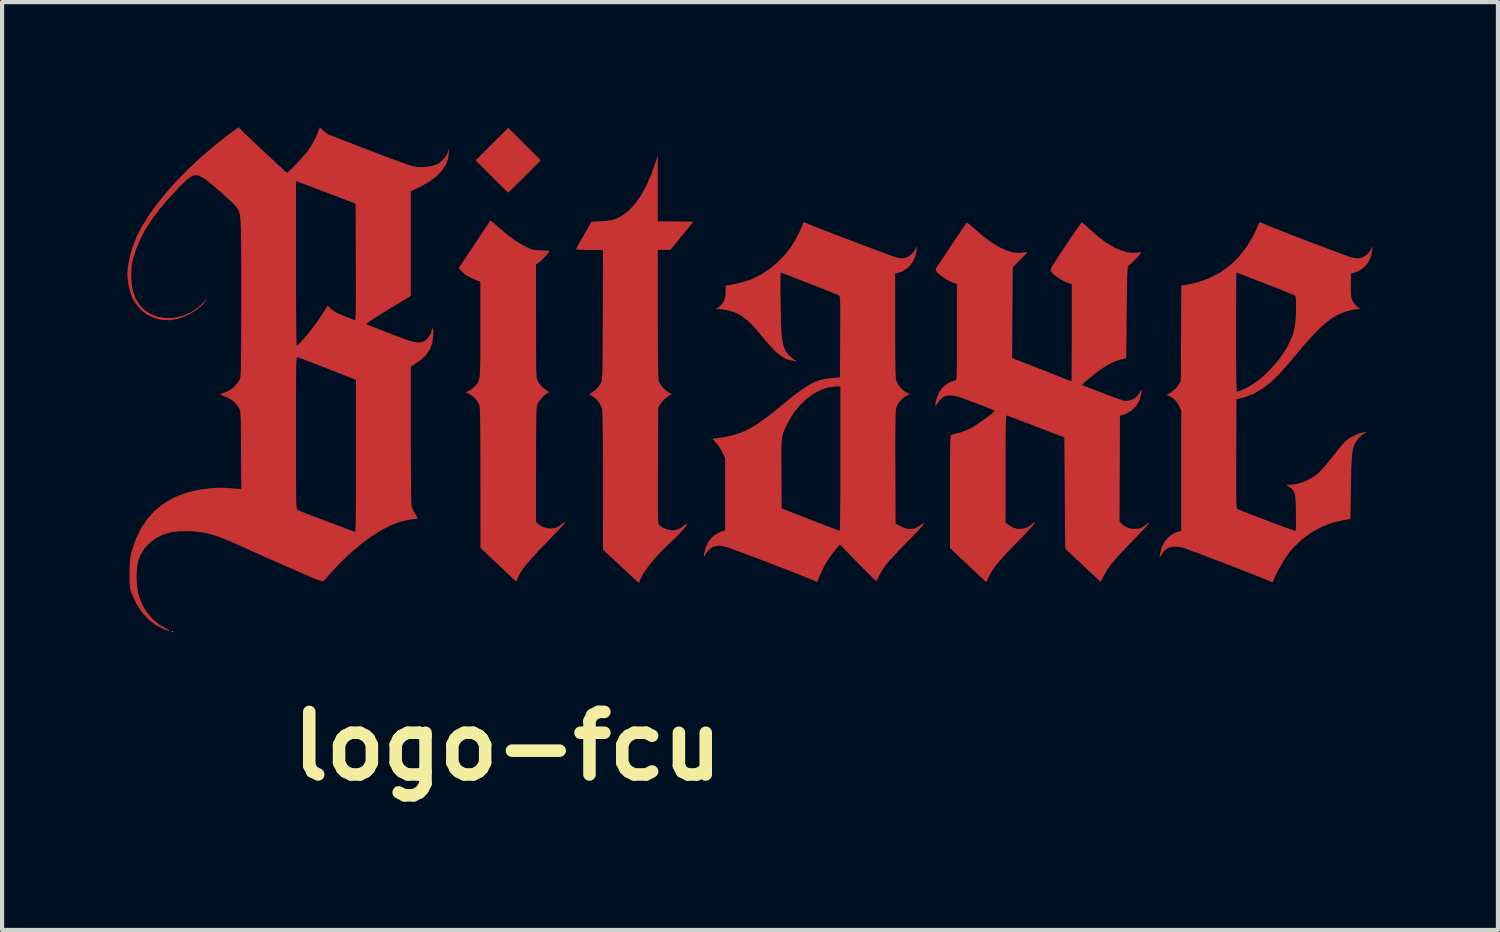
<source format=kicad_pcb>
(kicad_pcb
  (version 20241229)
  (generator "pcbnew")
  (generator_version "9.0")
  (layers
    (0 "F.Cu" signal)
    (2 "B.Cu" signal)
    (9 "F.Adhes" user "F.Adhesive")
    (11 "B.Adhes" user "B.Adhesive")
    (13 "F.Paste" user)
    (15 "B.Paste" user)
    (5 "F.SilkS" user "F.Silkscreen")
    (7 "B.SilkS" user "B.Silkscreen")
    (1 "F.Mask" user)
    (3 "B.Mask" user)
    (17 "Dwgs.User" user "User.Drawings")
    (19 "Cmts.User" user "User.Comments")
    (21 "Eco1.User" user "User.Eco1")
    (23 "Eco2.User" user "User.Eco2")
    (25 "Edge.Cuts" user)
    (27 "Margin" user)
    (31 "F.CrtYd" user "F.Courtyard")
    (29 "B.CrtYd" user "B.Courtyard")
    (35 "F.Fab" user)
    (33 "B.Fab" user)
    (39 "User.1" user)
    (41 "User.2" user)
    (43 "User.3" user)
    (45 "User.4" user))
  (footprint "logo-fcu"
    (layer "F.Cu")
    (at 14.44 6.419)
    (property "Reference" "logo-fcu" (at -5.33 8.41 0) (layer "F.SilkS") (effects (font (size 1.5 1.5) (thickness 0.3))))
    (attr board_only exclude_from_pos_files exclude_from_bom)
    (fp_poly (pts (xy -4.923 -6.017) (xy -4.532 -5.626) (xy -4.917 -5.241) (xy -5.021 -5.137) (xy -5.115 -5.044) (xy -5.195 -4.966) (xy -5.258 -4.906) (xy -5.298 -4.867) (xy -5.313 -4.855) (xy -5.33 -4.869) (xy -5.373 -4.909) (xy -5.437 -4.971) (xy -5.518 -5.05) (xy -5.612 -5.144) (xy -5.709 -5.241) (xy -6.094 -5.626) (xy -5.704 -6.017) (xy -5.313 -6.407)) (stroke (width 0) (type solid)) (fill yes) (layer "F.Cu"))
    (fp_poly (pts (xy -1.73 -4.954) (xy -1.729 -4.168) (xy -1.304 -4.163) (xy -0.878 -4.157) (xy -1.151 -3.818) (xy -1.425 -3.48) (xy -1.577 -3.48) (xy -1.729 -3.48) (xy -1.729 -1.953) (xy -1.729 -1.612) (xy -1.728 -1.31) (xy -1.726 -1.049) (xy -1.724 -0.829) (xy -1.721 -0.649) (xy -1.718 -0.511) (xy -1.714 -0.414) (xy -1.709 -0.358) (xy -1.707 -0.348) (xy -1.67 -0.267) (xy -1.606 -0.183) (xy -1.529 -0.108) (xy -1.464 -0.065) (xy -1.393 -0.029) (xy -1.497 0.035) (xy -1.602 0.124) (xy -1.66 0.201) (xy -1.719 0.302) (xy -1.725 1.685) (xy -1.726 1.96) (xy -1.727 2.196) (xy -1.727 2.396) (xy -1.727 2.564) (xy -1.726 2.702) (xy -1.725 2.814) (xy -1.724 2.902) (xy -1.721 2.97) (xy -1.718 3.02) (xy -1.714 3.056) (xy -1.709 3.081) (xy -1.702 3.097) (xy -1.695 3.108) (xy -1.694 3.11) (xy -1.614 3.172) (xy -1.511 3.216) (xy -1.401 3.235) (xy -1.385 3.236) (xy -1.306 3.23) (xy -1.238 3.211) (xy -1.168 3.172) (xy -1.099 3.121) (xy -1.048 3.084) (xy -1.024 3.075) (xy -1.022 3.088) (xy -1.042 3.121) (xy -1.079 3.171) (xy -1.131 3.233) (xy -1.196 3.304) (xy -1.271 3.382) (xy -1.352 3.461) (xy -1.406 3.511) (xy -1.559 3.655) (xy -1.703 3.805) (xy -1.836 3.954) (xy -1.952 4.098) (xy -2.047 4.23) (xy -2.116 4.346) (xy -2.146 4.412) (xy -2.18 4.503) (xy -2.611 4.102) (xy -3.042 3.701) (xy -3.043 2.064) (xy -3.043 1.755) (xy -3.044 1.47) (xy -3.045 1.213) (xy -3.047 0.985) (xy -3.049 0.787) (xy -3.052 0.623) (xy -3.055 0.494) (xy -3.059 0.401) (xy -3.062 0.348) (xy -3.064 0.338) (xy -3.111 0.214) (xy -3.188 0.107) (xy -3.286 0.028) (xy -3.377 -0.026) (xy -3.319 -0.056) (xy -3.218 -0.128) (xy -3.13 -0.228) (xy -3.098 -0.281) (xy -3.089 -0.297) (xy -3.082 -0.315) (xy -3.076 -0.335) (xy -3.07 -0.363) (xy -3.066 -0.4) (xy -3.062 -0.45) (xy -3.059 -0.516) (xy -3.056 -0.6) (xy -3.054 -0.705) (xy -3.052 -0.835) (xy -3.051 -0.992) (xy -3.05 -1.179) (xy -3.049 -1.4) (xy -3.048 -1.656) (xy -3.047 -1.922) (xy -3.041 -3.48) (xy -3.365 -3.48) (xy -3.475 -3.481) (xy -3.57 -3.483) (xy -3.641 -3.487) (xy -3.681 -3.493) (xy -3.688 -3.496) (xy -3.678 -3.518) (xy -3.651 -3.571) (xy -3.609 -3.647) (xy -3.556 -3.741) (xy -3.502 -3.834) (xy -3.317 -4.157) (xy -3.08 -4.17) (xy -2.968 -4.178) (xy -2.865 -4.191) (xy -2.785 -4.207) (xy -2.755 -4.216) (xy -2.584 -4.302) (xy -2.422 -4.427) (xy -2.27 -4.591) (xy -2.129 -4.792) (xy -1.999 -5.029) (xy -1.881 -5.301) (xy -1.822 -5.468) (xy -1.73 -5.741)) (stroke (width 0) (type solid)) (fill yes) (layer "F.Cu"))
    (fp_poly (pts (xy -5.722 -4.175) (xy -5.68 -4.141) (xy -5.619 -4.089) (xy -5.544 -4.024) (xy -5.518 -4.001) (xy -5.32 -3.835) (xy -5.13 -3.697) (xy -4.953 -3.588) (xy -4.834 -3.529) (xy -4.758 -3.499) (xy -4.69 -3.481) (xy -4.614 -3.473) (xy -4.513 -3.47) (xy -4.508 -3.47) (xy -4.418 -3.469) (xy -4.363 -3.465) (xy -4.337 -3.458) (xy -4.331 -3.446) (xy -4.335 -3.436) (xy -4.368 -3.39) (xy -4.42 -3.329) (xy -4.481 -3.264) (xy -4.54 -3.209) (xy -4.586 -3.172) (xy -4.592 -3.168) (xy -4.647 -3.139) (xy -4.646 -1.783) (xy -4.646 -1.511) (xy -4.646 -1.278) (xy -4.645 -1.08) (xy -4.644 -0.914) (xy -4.643 -0.777) (xy -4.641 -0.666) (xy -4.639 -0.577) (xy -4.636 -0.508) (xy -4.632 -0.456) (xy -4.628 -0.416) (xy -4.622 -0.387) (xy -4.615 -0.364) (xy -4.608 -0.346) (xy -4.607 -0.344) (xy -4.546 -0.249) (xy -4.459 -0.161) (xy -4.365 -0.097) (xy -4.329 -0.075) (xy -4.33 -0.064) (xy -4.341 -0.063) (xy -4.381 -0.047) (xy -4.436 -0.004) (xy -4.496 0.055) (xy -4.553 0.122) (xy -4.598 0.187) (xy -4.624 0.242) (xy -4.629 0.282) (xy -4.634 0.363) (xy -4.638 0.484) (xy -4.641 0.646) (xy -4.643 0.848) (xy -4.645 1.091) (xy -4.646 1.376) (xy -4.646 1.679) (xy -4.647 3.034) (xy -4.585 3.093) (xy -4.504 3.147) (xy -4.401 3.182) (xy -4.293 3.194) (xy -4.237 3.189) (xy -4.181 3.177) (xy -4.136 3.161) (xy -4.091 3.134) (xy -4.03 3.089) (xy -4.013 3.076) (xy -3.963 3.04) (xy -3.943 3.032) (xy -3.951 3.052) (xy -3.988 3.099) (xy -4.053 3.173) (xy -4.146 3.273) (xy -4.266 3.398) (xy -4.412 3.549) (xy -4.416 3.553) (xy -4.593 3.736) (xy -4.74 3.896) (xy -4.859 4.034) (xy -4.952 4.153) (xy -5.022 4.256) (xy -5.07 4.345) (xy -5.087 4.386) (xy -5.107 4.433) (xy -5.122 4.457) (xy -5.125 4.458) (xy -5.142 4.444) (xy -5.186 4.405) (xy -5.252 4.344) (xy -5.336 4.266) (xy -5.434 4.173) (xy -5.543 4.07) (xy -5.557 4.057) (xy -5.978 3.657) (xy -5.979 1.974) (xy -5.979 1.66) (xy -5.98 1.385) (xy -5.981 1.146) (xy -5.982 0.942) (xy -5.983 0.769) (xy -5.985 0.625) (xy -5.987 0.508) (xy -5.99 0.414) (xy -5.993 0.342) (xy -5.997 0.288) (xy -6.002 0.251) (xy -6.007 0.228) (xy -6.009 0.222) (xy -6.067 0.123) (xy -6.151 0.035) (xy -6.244 -0.028) (xy -6.25 -0.031) (xy -6.335 -0.069) (xy -6.256 -0.105) (xy -6.191 -0.144) (xy -6.126 -0.197) (xy -6.111 -0.211) (xy -6.084 -0.24) (xy -6.061 -0.267) (xy -6.041 -0.295) (xy -6.025 -0.328) (xy -6.012 -0.369) (xy -6.002 -0.421) (xy -5.994 -0.489) (xy -5.988 -0.576) (xy -5.985 -0.685) (xy -5.982 -0.819) (xy -5.981 -0.982) (xy -5.98 -1.178) (xy -5.98 -1.41) (xy -5.98 -1.578) (xy -5.98 -2.72) (xy -6.087 -2.758) (xy -6.203 -2.808) (xy -6.313 -2.871) (xy -6.402 -2.938) (xy -6.447 -2.985) (xy -6.497 -3.049) (xy -6.121 -3.613) (xy -6.03 -3.75) (xy -5.947 -3.875) (xy -5.874 -3.984) (xy -5.814 -4.074) (xy -5.77 -4.14) (xy -5.744 -4.177) (xy -5.739 -4.185)) (stroke (width 0) (type solid)) (fill yes) (layer "F.Cu"))
    (fp_poly (pts (xy 12.743 -4.128) (xy 12.767 -4.116) (xy 12.826 -4.091) (xy 12.915 -4.054) (xy 13.031 -4.008) (xy 13.167 -3.954) (xy 13.321 -3.894) (xy 13.487 -3.829) (xy 13.662 -3.762) (xy 13.841 -3.693) (xy 14.019 -3.625) (xy 14.193 -3.559) (xy 14.357 -3.497) (xy 14.508 -3.441) (xy 14.641 -3.391) (xy 14.751 -3.351) (xy 14.835 -3.321) (xy 14.888 -3.304) (xy 14.898 -3.301) (xy 14.985 -3.284) (xy 15.061 -3.279) (xy 15.092 -3.282) (xy 15.199 -3.324) (xy 15.293 -3.397) (xy 15.356 -3.483) (xy 15.402 -3.574) (xy 15.39 -3.46) (xy 15.356 -3.31) (xy 15.288 -3.175) (xy 15.192 -3.063) (xy 15.073 -2.98) (xy 14.988 -2.944) (xy 14.877 -2.91) (xy 14.877 -2.626) (xy 14.878 -2.508) (xy 14.881 -2.423) (xy 14.887 -2.361) (xy 14.897 -2.314) (xy 14.913 -2.272) (xy 14.924 -2.25) (xy 14.968 -2.183) (xy 15.022 -2.125) (xy 15.042 -2.11) (xy 15.113 -2.063) (xy 15.041 -2.063) (xy 14.954 -2.054) (xy 14.844 -2.03) (xy 14.727 -1.994) (xy 14.616 -1.95) (xy 14.609 -1.947) (xy 14.5 -1.891) (xy 14.391 -1.821) (xy 14.278 -1.735) (xy 14.158 -1.628) (xy 14.027 -1.498) (xy 13.882 -1.342) (xy 13.719 -1.156) (xy 13.598 -1.012) (xy 13.502 -0.897) (xy 13.405 -0.784) (xy 13.315 -0.678) (xy 13.237 -0.589) (xy 13.177 -0.522) (xy 13.165 -0.509) (xy 12.965 -0.316) (xy 12.758 -0.157) (xy 12.547 -0.035) (xy 12.336 0.048) (xy 12.286 0.062) (xy 12.137 0.099) (xy 12.132 1.401) (xy 12.131 1.678) (xy 12.131 1.916) (xy 12.131 2.117) (xy 12.131 2.284) (xy 12.133 2.42) (xy 12.135 2.527) (xy 12.138 2.608) (xy 12.141 2.666) (xy 12.146 2.702) (xy 12.151 2.721) (xy 12.153 2.723) (xy 12.179 2.736) (xy 12.238 2.761) (xy 12.325 2.795) (xy 12.434 2.838) (xy 12.56 2.887) (xy 12.697 2.94) (xy 12.84 2.994) (xy 12.984 3.049) (xy 13.122 3.101) (xy 13.249 3.148) (xy 13.36 3.189) (xy 13.449 3.221) (xy 13.511 3.242) (xy 13.54 3.25) (xy 13.541 3.251) (xy 13.55 3.242) (xy 13.557 3.214) (xy 13.561 3.162) (xy 13.563 3.082) (xy 13.563 2.969) (xy 13.561 2.819) (xy 13.561 2.818) (xy 13.558 2.657) (xy 13.553 2.531) (xy 13.545 2.435) (xy 13.532 2.363) (xy 13.513 2.309) (xy 13.487 2.268) (xy 13.451 2.234) (xy 13.405 2.2) (xy 13.403 2.199) (xy 13.326 2.146) (xy 13.42 2.146) (xy 13.581 2.128) (xy 13.75 2.077) (xy 13.916 1.996) (xy 14.069 1.891) (xy 14.109 1.857) (xy 14.162 1.804) (xy 14.232 1.726) (xy 14.312 1.631) (xy 14.396 1.528) (xy 14.45 1.459) (xy 14.53 1.357) (xy 14.607 1.261) (xy 14.677 1.179) (xy 14.732 1.118) (xy 14.76 1.091) (xy 14.856 1.021) (xy 14.971 0.959) (xy 15.089 0.912) (xy 15.19 0.888) (xy 15.238 0.883) (xy 15.257 0.885) (xy 15.253 0.888) (xy 15.163 0.939) (xy 15.076 1.014) (xy 15.01 1.096) (xy 15.008 1.1) (xy 14.981 1.15) (xy 14.957 1.2) (xy 14.939 1.254) (xy 14.924 1.316) (xy 14.912 1.392) (xy 14.902 1.485) (xy 14.895 1.601) (xy 14.889 1.744) (xy 14.885 1.917) (xy 14.881 2.127) (xy 14.88 2.197) (xy 14.867 2.968) (xy 14.707 2.992) (xy 14.439 3.054) (xy 14.179 3.155) (xy 13.931 3.29) (xy 13.703 3.458) (xy 13.498 3.656) (xy 13.42 3.746) (xy 13.366 3.819) (xy 13.304 3.911) (xy 13.24 4.014) (xy 13.178 4.122) (xy 13.121 4.226) (xy 13.073 4.32) (xy 13.039 4.395) (xy 13.024 4.445) (xy 13.023 4.452) (xy 13.008 4.476) (xy 12.974 4.477) (xy 12.949 4.462) (xy 12.926 4.451) (xy 12.868 4.427) (xy 12.78 4.391) (xy 12.667 4.346) (xy 12.532 4.293) (xy 12.38 4.234) (xy 12.216 4.17) (xy 12.043 4.103) (xy 11.867 4.035) (xy 11.692 3.968) (xy 11.522 3.903) (xy 11.361 3.842) (xy 11.214 3.786) (xy 11.085 3.738) (xy 10.98 3.699) (xy 10.901 3.67) (xy 10.854 3.654) (xy 10.852 3.654) (xy 10.735 3.632) (xy 10.622 3.63) (xy 10.519 3.651) (xy 10.435 3.7) (xy 10.363 3.783) (xy 10.332 3.834) (xy 10.292 3.907) (xy 10.304 3.803) (xy 10.342 3.65) (xy 10.411 3.514) (xy 10.508 3.4) (xy 10.626 3.314) (xy 10.757 3.264) (xy 10.814 3.25) (xy 10.814 1.807) (xy 10.814 0.365) (xy 10.765 0.26) (xy 10.689 0.141) (xy 10.588 0.054) (xy 10.525 0.022) (xy 10.46 -0.005) (xy 10.569 -0.07) (xy 10.682 -0.161) (xy 10.741 -0.238) (xy 10.804 -0.34) (xy 10.81 -1.482) (xy 10.81 -1.511) (xy 12.127 -1.511) (xy 12.127 -1.215) (xy 12.128 -0.951) (xy 12.13 -0.719) (xy 12.131 -0.521) (xy 12.134 -0.358) (xy 12.137 -0.231) (xy 12.14 -0.143) (xy 12.144 -0.094) (xy 12.147 -0.083) (xy 12.176 -0.09) (xy 12.23 -0.109) (xy 12.277 -0.127) (xy 12.432 -0.203) (xy 12.597 -0.311) (xy 12.765 -0.444) (xy 12.928 -0.598) (xy 13.08 -0.764) (xy 13.214 -0.938) (xy 13.241 -0.977) (xy 13.35 -1.151) (xy 13.432 -1.312) (xy 13.492 -1.471) (xy 13.532 -1.638) (xy 13.555 -1.823) (xy 13.564 -2.036) (xy 13.564 -2.088) (xy 13.564 -2.204) (xy 13.562 -2.285) (xy 13.557 -2.338) (xy 13.549 -2.37) (xy 13.537 -2.387) (xy 13.528 -2.394) (xy 13.501 -2.405) (xy 13.441 -2.43) (xy 13.355 -2.464) (xy 13.246 -2.508) (xy 13.121 -2.557) (xy 12.985 -2.611) (xy 12.843 -2.666) (xy 12.7 -2.722) (xy 12.563 -2.776) (xy 12.436 -2.825) (xy 12.325 -2.868) (xy 12.235 -2.902) (xy 12.171 -2.926) (xy 12.14 -2.937) (xy 12.137 -2.938) (xy 12.136 -2.918) (xy 12.134 -2.859) (xy 12.132 -2.766) (xy 12.131 -2.641) (xy 12.13 -2.487) (xy 12.129 -2.309) (xy 12.128 -2.11) (xy 12.127 -1.892) (xy 12.127 -1.66) (xy 12.127 -1.511) (xy 10.81 -1.511) (xy 10.815 -2.624) (xy 10.893 -2.636) (xy 11.199 -2.702) (xy 11.481 -2.802) (xy 11.74 -2.936) (xy 11.975 -3.105) (xy 12.186 -3.308) (xy 12.373 -3.545) (xy 12.536 -3.816) (xy 12.561 -3.867) (xy 12.601 -3.949) (xy 12.634 -4.024) (xy 12.655 -4.078) (xy 12.659 -4.091) (xy 12.682 -4.136) (xy 12.717 -4.144)) (stroke (width 0) (type solid)) (fill yes) (layer "F.Cu"))
    (fp_poly (pts (xy 1.815 -4.131) (xy 1.846 -4.117) (xy 1.887 -4.099) (xy 1.962 -4.068) (xy 2.067 -4.026) (xy 2.196 -3.976) (xy 2.346 -3.918) (xy 2.511 -3.854) (xy 2.686 -3.786) (xy 2.867 -3.717) (xy 3.05 -3.648) (xy 3.228 -3.58) (xy 3.399 -3.516) (xy 3.556 -3.456) (xy 3.696 -3.404) (xy 3.813 -3.361) (xy 3.903 -3.329) (xy 3.961 -3.309) (xy 3.976 -3.305) (xy 4.07 -3.285) (xy 4.148 -3.279) (xy 4.174 -3.282) (xy 4.28 -3.324) (xy 4.374 -3.397) (xy 4.437 -3.483) (xy 4.484 -3.574) (xy 4.472 -3.46) (xy 4.437 -3.31) (xy 4.37 -3.175) (xy 4.274 -3.063) (xy 4.154 -2.98) (xy 4.07 -2.944) (xy 3.959 -2.91) (xy 3.959 -1.671) (xy 3.959 -1.379) (xy 3.96 -1.128) (xy 3.962 -0.915) (xy 3.964 -0.738) (xy 3.967 -0.597) (xy 3.971 -0.488) (xy 3.975 -0.411) (xy 3.98 -0.364) (xy 3.983 -0.351) (xy 4.027 -0.26) (xy 4.096 -0.17) (xy 4.178 -0.096) (xy 4.235 -0.062) (xy 4.316 -0.026) (xy 4.219 0.021) (xy 4.12 0.09) (xy 4.038 0.186) (xy 3.984 0.297) (xy 3.98 0.313) (xy 3.975 0.352) (xy 3.971 0.431) (xy 3.968 0.548) (xy 3.966 0.702) (xy 3.964 0.893) (xy 3.963 1.117) (xy 3.963 1.374) (xy 3.964 1.662) (xy 3.964 1.731) (xy 3.969 3.072) (xy 4.068 3.132) (xy 4.168 3.179) (xy 4.277 3.205) (xy 4.377 3.206) (xy 4.403 3.201) (xy 4.447 3.183) (xy 4.509 3.148) (xy 4.562 3.114) (xy 4.616 3.079) (xy 4.646 3.066) (xy 4.651 3.075) (xy 4.629 3.107) (xy 4.582 3.164) (xy 4.506 3.247) (xy 4.403 3.356) (xy 4.27 3.492) (xy 4.231 3.532) (xy 4.121 3.645) (xy 4.015 3.756) (xy 3.918 3.859) (xy 3.836 3.949) (xy 3.775 4.019) (xy 3.743 4.058) (xy 3.681 4.146) (xy 3.622 4.238) (xy 3.573 4.325) (xy 3.537 4.399) (xy 3.521 4.45) (xy 3.521 4.456) (xy 3.507 4.45) (xy 3.467 4.418) (xy 3.406 4.361) (xy 3.325 4.284) (xy 3.229 4.188) (xy 3.12 4.078) (xy 3.076 4.033) (xy 2.633 3.576) (xy 2.513 3.721) (xy 2.381 3.897) (xy 2.265 4.085) (xy 2.174 4.271) (xy 2.151 4.329) (xy 2.12 4.409) (xy 2.098 4.456) (xy 2.081 4.475) (xy 2.065 4.472) (xy 2.051 4.46) (xy 2.028 4.448) (xy 1.969 4.423) (xy 1.881 4.387) (xy 1.766 4.341) (xy 1.631 4.287) (xy 1.478 4.228) (xy 1.313 4.163) (xy 1.139 4.096) (xy 0.962 4.028) (xy 0.785 3.96) (xy 0.613 3.895) (xy 0.451 3.833) (xy 0.302 3.777) (xy 0.172 3.729) (xy 0.064 3.69) (xy -0.016 3.661) (xy -0.066 3.645) (xy -0.067 3.645) (xy -0.149 3.624) (xy -0.223 3.61) (xy -0.271 3.605) (xy -0.382 3.625) (xy -0.48 3.683) (xy -0.563 3.776) (xy -0.59 3.824) (xy -0.612 3.862) (xy -0.622 3.865) (xy -0.624 3.841) (xy -0.619 3.799) (xy -0.603 3.732) (xy -0.583 3.661) (xy -0.518 3.515) (xy -0.423 3.397) (xy -0.299 3.309) (xy -0.24 3.282) (xy -0.115 3.232) (xy -0.115 2.371) (xy -0.115 1.526) (xy 1.232 1.526) (xy 1.233 1.713) (xy 1.234 1.884) (xy 1.24 2.715) (xy 1.927 2.981) (xy 2.087 3.043) (xy 2.235 3.1) (xy 2.366 3.15) (xy 2.475 3.192) (xy 2.559 3.223) (xy 2.612 3.243) (xy 2.631 3.249) (xy 2.633 3.229) (xy 2.635 3.17) (xy 2.637 3.076) (xy 2.639 2.949) (xy 2.641 2.793) (xy 2.643 2.61) (xy 2.644 2.405) (xy 2.645 2.178) (xy 2.646 1.935) (xy 2.646 1.677) (xy 2.646 1.521) (xy 2.646 -0.208) (xy 2.537 -0.208) (xy 2.364 -0.188) (xy 2.187 -0.13) (xy 2.012 -0.039) (xy 1.843 0.083) (xy 1.686 0.232) (xy 1.543 0.404) (xy 1.421 0.596) (xy 1.381 0.672) (xy 1.344 0.747) (xy 1.314 0.811) (xy 1.29 0.87) (xy 1.271 0.927) (xy 1.256 0.989) (xy 1.245 1.059) (xy 1.238 1.143) (xy 1.234 1.246) (xy 1.232 1.372) (xy 1.232 1.526) (xy -0.115 1.526) (xy -0.115 1.511) (xy -0.181 1.371) (xy -0.228 1.285) (xy -0.285 1.198) (xy -0.333 1.139) (xy -0.419 1.045) (xy -0.319 1.032) (xy -0.128 1.003) (xy 0.047 0.966) (xy 0.211 0.916) (xy 0.37 0.851) (xy 0.529 0.768) (xy 0.695 0.665) (xy 0.872 0.538) (xy 1.068 0.385) (xy 1.219 0.26) (xy 1.414 0.099) (xy 1.585 -0.035) (xy 1.736 -0.144) (xy 1.87 -0.231) (xy 1.994 -0.298) (xy 2.111 -0.347) (xy 2.226 -0.382) (xy 2.344 -0.404) (xy 2.448 -0.414) (xy 2.636 -0.427) (xy 2.641 -1.4) (xy 2.642 -1.628) (xy 2.643 -1.817) (xy 2.643 -1.971) (xy 2.643 -2.095) (xy 2.641 -2.191) (xy 2.639 -2.263) (xy 2.636 -2.316) (xy 2.632 -2.351) (xy 2.626 -2.373) (xy 2.619 -2.386) (xy 2.61 -2.393) (xy 2.61 -2.393) (xy 2.581 -2.406) (xy 2.52 -2.431) (xy 2.432 -2.467) (xy 2.322 -2.51) (xy 2.196 -2.56) (xy 2.06 -2.614) (xy 1.917 -2.67) (xy 1.775 -2.725) (xy 1.638 -2.779) (xy 1.511 -2.828) (xy 1.401 -2.87) (xy 1.312 -2.904) (xy 1.25 -2.927) (xy 1.22 -2.938) (xy 1.218 -2.938) (xy 1.215 -2.918) (xy 1.213 -2.861) (xy 1.211 -2.771) (xy 1.211 -2.654) (xy 1.211 -2.514) (xy 1.212 -2.355) (xy 1.215 -2.183) (xy 1.219 -1.956) (xy 1.223 -1.766) (xy 1.229 -1.609) (xy 1.236 -1.48) (xy 1.246 -1.375) (xy 1.258 -1.29) (xy 1.273 -1.219) (xy 1.291 -1.158) (xy 1.314 -1.104) (xy 1.33 -1.07) (xy 1.409 -0.959) (xy 1.517 -0.867) (xy 1.552 -0.845) (xy 1.615 -0.81) (xy 1.521 -0.823) (xy 1.412 -0.846) (xy 1.308 -0.888) (xy 1.204 -0.952) (xy 1.096 -1.042) (xy 0.979 -1.161) (xy 0.849 -1.312) (xy 0.805 -1.366) (xy 0.663 -1.539) (xy 0.536 -1.679) (xy 0.42 -1.79) (xy 0.31 -1.877) (xy 0.2 -1.943) (xy 0.086 -1.993) (xy -0.037 -2.029) (xy -0.045 -2.031) (xy -0.13 -2.048) (xy -0.211 -2.059) (xy -0.258 -2.063) (xy -0.34 -2.063) (xy -0.269 -2.11) (xy -0.185 -2.187) (xy -0.132 -2.285) (xy -0.107 -2.41) (xy -0.105 -2.473) (xy -0.104 -2.624) (xy -0.026 -2.636) (xy 0.13 -2.666) (xy 0.293 -2.707) (xy 0.445 -2.753) (xy 0.547 -2.791) (xy 0.748 -2.892) (xy 0.949 -3.026) (xy 1.14 -3.184) (xy 1.311 -3.358) (xy 1.454 -3.54) (xy 1.462 -3.553) (xy 1.519 -3.644) (xy 1.579 -3.748) (xy 1.637 -3.856) (xy 1.686 -3.956) (xy 1.723 -4.039) (xy 1.741 -4.091) (xy 1.754 -4.131) (xy 1.775 -4.144)) (stroke (width 0) (type solid)) (fill yes) (layer "F.Cu"))
    (fp_poly (pts (xy 8.45 -4.133) (xy 8.493 -4.096) (xy 8.554 -4.04) (xy 8.626 -3.972) (xy 8.637 -3.962) (xy 8.823 -3.798) (xy 9.008 -3.66) (xy 9.19 -3.551) (xy 9.363 -3.471) (xy 9.524 -3.424) (xy 9.634 -3.412) (xy 9.712 -3.413) (xy 9.778 -3.419) (xy 9.811 -3.426) (xy 9.844 -3.434) (xy 9.847 -3.42) (xy 9.835 -3.396) (xy 9.805 -3.354) (xy 9.754 -3.296) (xy 9.694 -3.232) (xy 9.633 -3.172) (xy 9.581 -3.128) (xy 9.557 -3.111) (xy 9.549 -3.105) (xy 9.541 -3.093) (xy 9.535 -3.073) (xy 9.53 -3.041) (xy 9.526 -2.994) (xy 9.522 -2.928) (xy 9.519 -2.841) (xy 9.517 -2.728) (xy 9.514 -2.586) (xy 9.512 -2.412) (xy 9.509 -2.203) (xy 9.507 -1.988) (xy 9.495 -0.885) (xy 9.349 -0.85) (xy 9.25 -0.82) (xy 9.15 -0.778) (xy 9.044 -0.722) (xy 8.928 -0.647) (xy 8.795 -0.55) (xy 8.642 -0.429) (xy 8.521 -0.33) (xy 8.473 -0.287) (xy 8.444 -0.256) (xy 8.439 -0.245) (xy 8.463 -0.234) (xy 8.519 -0.211) (xy 8.602 -0.178) (xy 8.704 -0.139) (xy 8.819 -0.095) (xy 8.941 -0.049) (xy 9.063 -0.003) (xy 9.179 0.04) (xy 9.282 0.077) (xy 9.365 0.107) (xy 9.422 0.127) (xy 9.445 0.134) (xy 9.526 0.136) (xy 9.617 0.114) (xy 9.701 0.073) (xy 9.718 0.06) (xy 9.761 0.016) (xy 9.807 -0.048) (xy 9.826 -0.08) (xy 9.852 -0.126) (xy 9.867 -0.144) (xy 9.869 -0.135) (xy 9.86 -0.089) (xy 9.85 -0.023) (xy 9.847 0.000097) (xy 9.808 0.135) (xy 9.734 0.258) (xy 9.63 0.361) (xy 9.501 0.438) (xy 9.439 0.462) (xy 9.345 0.493) (xy 9.34 1.761) (xy 9.335 3.029) (xy 9.382 3.08) (xy 9.471 3.149) (xy 9.582 3.192) (xy 9.701 3.207) (xy 9.815 3.19) (xy 9.841 3.181) (xy 9.902 3.148) (xy 9.966 3.103) (xy 9.976 3.096) (xy 10.016 3.066) (xy 10.04 3.058) (xy 10.043 3.063) (xy 10.029 3.084) (xy 9.99 3.13) (xy 9.928 3.198) (xy 9.849 3.282) (xy 9.756 3.38) (xy 9.662 3.477) (xy 9.501 3.642) (xy 9.368 3.783) (xy 9.258 3.904) (xy 9.169 4.009) (xy 9.096 4.102) (xy 9.037 4.187) (xy 8.989 4.269) (xy 8.961 4.321) (xy 8.884 4.474) (xy 8.458 4.077) (xy 8.033 3.679) (xy 8.022 2.345) (xy 8.012 1.011) (xy 7.345 0.756) (xy 7.186 0.695) (xy 7.039 0.639) (xy 6.908 0.589) (xy 6.798 0.547) (xy 6.713 0.515) (xy 6.659 0.495) (xy 6.642 0.488) (xy 6.634 0.488) (xy 6.628 0.493) (xy 6.623 0.507) (xy 6.618 0.534) (xy 6.614 0.575) (xy 6.612 0.634) (xy 6.609 0.714) (xy 6.608 0.819) (xy 6.607 0.95) (xy 6.606 1.111) (xy 6.605 1.306) (xy 6.605 1.536) (xy 6.605 1.767) (xy 6.605 3.057) (xy 6.683 3.111) (xy 6.788 3.172) (xy 6.884 3.203) (xy 6.956 3.208) (xy 7.044 3.194) (xy 7.137 3.159) (xy 7.215 3.109) (xy 7.239 3.087) (xy 7.274 3.054) (xy 7.298 3.042) (xy 7.304 3.052) (xy 7.288 3.081) (xy 7.249 3.133) (xy 7.184 3.207) (xy 7.093 3.306) (xy 6.974 3.43) (xy 6.826 3.582) (xy 6.824 3.584) (xy 6.672 3.74) (xy 6.548 3.874) (xy 6.447 3.988) (xy 6.366 4.088) (xy 6.301 4.179) (xy 6.248 4.264) (xy 6.204 4.349) (xy 6.195 4.367) (xy 6.168 4.427) (xy 6.147 4.467) (xy 6.14 4.479) (xy 6.125 4.465) (xy 6.083 4.426) (xy 6.018 4.365) (xy 5.935 4.287) (xy 5.836 4.194) (xy 5.727 4.091) (xy 5.704 4.07) (xy 5.272 3.662) (xy 5.272 2.31) (xy 5.272 2.028) (xy 5.272 1.785) (xy 5.273 1.579) (xy 5.275 1.407) (xy 5.276 1.267) (xy 5.279 1.156) (xy 5.282 1.072) (xy 5.285 1.011) (xy 5.29 0.973) (xy 5.295 0.954) (xy 5.298 0.95) (xy 5.33 0.942) (xy 5.39 0.927) (xy 5.465 0.909) (xy 5.47 0.908) (xy 5.562 0.879) (xy 5.668 0.838) (xy 5.766 0.792) (xy 5.772 0.789) (xy 5.843 0.747) (xy 5.927 0.694) (xy 6.017 0.633) (xy 6.106 0.57) (xy 6.189 0.508) (xy 6.259 0.453) (xy 6.311 0.408) (xy 6.337 0.379) (xy 6.338 0.371) (xy 6.314 0.359) (xy 6.257 0.334) (xy 6.175 0.301) (xy 6.074 0.261) (xy 5.962 0.218) (xy 5.846 0.174) (xy 5.732 0.131) (xy 5.627 0.092) (xy 5.538 0.061) (xy 5.473 0.039) (xy 5.456 0.034) (xy 5.32 0.006) (xy 5.208 0.009) (xy 5.114 0.045) (xy 5.032 0.116) (xy 4.985 0.176) (xy 4.946 0.228) (xy 4.924 0.244) (xy 4.918 0.223) (xy 4.929 0.164) (xy 4.956 0.068) (xy 4.959 0.059) (xy 5.006 -0.056) (xy 5.069 -0.155) (xy 5.077 -0.165) (xy 5.14 -0.224) (xy 5.218 -0.28) (xy 5.301 -0.324) (xy 5.373 -0.35) (xy 5.402 -0.354) (xy 5.41 -0.356) (xy 5.416 -0.364) (xy 5.422 -0.381) (xy 5.426 -0.411) (xy 5.43 -0.456) (xy 5.433 -0.521) (xy 5.435 -0.607) (xy 5.436 -0.719) (xy 5.437 -0.859) (xy 5.438 -1.031) (xy 5.438 -1.238) (xy 5.438 -1.483) (xy 5.438 -1.508) (xy 5.438 -2.661) (xy 5.339 -2.699) (xy 5.245 -2.741) (xy 5.153 -2.794) (xy 5.069 -2.852) (xy 4.999 -2.91) (xy 4.95 -2.964) (xy 4.929 -3.008) (xy 4.932 -3.028) (xy 4.95 -3.057) (xy 4.987 -3.114) (xy 5.04 -3.195) (xy 5.105 -3.293) (xy 5.179 -3.404) (xy 5.258 -3.522) (xy 5.338 -3.643) (xy 5.417 -3.761) (xy 5.491 -3.871) (xy 5.557 -3.969) (xy 5.61 -4.048) (xy 5.648 -4.104) (xy 5.668 -4.132) (xy 5.669 -4.134) (xy 5.69 -4.128) (xy 5.734 -4.097) (xy 5.796 -4.046) (xy 5.87 -3.98) (xy 6.069 -3.806) (xy 6.263 -3.662) (xy 6.451 -3.549) (xy 6.628 -3.468) (xy 6.793 -3.42) (xy 6.943 -3.408) (xy 7.014 -3.416) (xy 7.074 -3.425) (xy 7.114 -3.428) (xy 7.123 -3.427) (xy 7.113 -3.41) (xy 7.077 -3.37) (xy 7.024 -3.313) (xy 6.956 -3.244) (xy 6.954 -3.242) (xy 6.777 -3.065) (xy 6.769 -1.978) (xy 6.762 -0.89) (xy 7.47 -0.612) (xy 7.632 -0.549) (xy 7.781 -0.49) (xy 7.913 -0.439) (xy 8.023 -0.395) (xy 8.108 -0.362) (xy 8.163 -0.341) (xy 8.184 -0.334) (xy 8.184 -0.334) (xy 8.185 -0.354) (xy 8.186 -0.412) (xy 8.186 -0.504) (xy 8.187 -0.627) (xy 8.188 -0.777) (xy 8.188 -0.949) (xy 8.189 -1.141) (xy 8.189 -1.348) (xy 8.189 -1.495) (xy 8.189 -2.657) (xy 8.065 -2.705) (xy 7.974 -2.747) (xy 7.881 -2.802) (xy 7.795 -2.862) (xy 7.728 -2.921) (xy 7.689 -2.968) (xy 7.684 -2.983) (xy 7.684 -3.003) (xy 7.693 -3.03) (xy 7.711 -3.069) (xy 7.742 -3.123) (xy 7.788 -3.197) (xy 7.85 -3.293) (xy 7.931 -3.416) (xy 8.034 -3.57) (xy 8.041 -3.581) (xy 8.132 -3.717) (xy 8.216 -3.842) (xy 8.291 -3.95) (xy 8.352 -4.039) (xy 8.398 -4.103) (xy 8.425 -4.14) (xy 8.431 -4.147)) (stroke (width 0) (type solid)) (fill yes) (layer "F.Cu"))
    (fp_poly (pts (xy -9.752 -6.347) (xy -9.698 -6.301) (xy -9.65 -6.265) (xy -9.634 -6.255) (xy -9.607 -6.243) (xy -9.546 -6.219) (xy -9.453 -6.182) (xy -9.333 -6.135) (xy -9.189 -6.08) (xy -9.026 -6.016) (xy -8.847 -5.947) (xy -8.656 -5.874) (xy -8.612 -5.857) (xy -8.384 -5.77) (xy -8.192 -5.697) (xy -8.031 -5.637) (xy -7.898 -5.588) (xy -7.79 -5.549) (xy -7.702 -5.52) (xy -7.632 -5.498) (xy -7.575 -5.483) (xy -7.528 -5.474) (xy -7.487 -5.468) (xy -7.476 -5.467) (xy -7.319 -5.466) (xy -7.166 -5.487) (xy -7.031 -5.529) (xy -6.998 -5.544) (xy -6.916 -5.602) (xy -6.839 -5.682) (xy -6.781 -5.772) (xy -6.754 -5.843) (xy -6.735 -5.928) (xy -6.733 -5.829) (xy -6.75 -5.674) (xy -6.807 -5.524) (xy -6.902 -5.38) (xy -7.035 -5.244) (xy -7.202 -5.117) (xy -7.404 -5.002) (xy -7.444 -4.983) (xy -7.647 -4.886) (xy -7.647 -3.634) (xy -7.647 -2.382) (xy -8.188 -2.051) (xy -8.322 -1.968) (xy -8.443 -1.892) (xy -8.547 -1.825) (xy -8.629 -1.771) (xy -8.686 -1.731) (xy -8.713 -1.709) (xy -8.714 -1.705) (xy -8.692 -1.694) (xy -8.635 -1.67) (xy -8.55 -1.636) (xy -8.441 -1.592) (xy -8.314 -1.542) (xy -8.173 -1.487) (xy -8.149 -1.478) (xy -7.964 -1.407) (xy -7.813 -1.352) (xy -7.691 -1.31) (xy -7.594 -1.282) (xy -7.516 -1.266) (xy -7.454 -1.262) (xy -7.402 -1.267) (xy -7.356 -1.282) (xy -7.313 -1.304) (xy -7.252 -1.355) (xy -7.198 -1.425) (xy -7.16 -1.5) (xy -7.147 -1.558) (xy -7.138 -1.594) (xy -7.124 -1.604) (xy -7.112 -1.588) (xy -7.107 -1.536) (xy -7.108 -1.445) (xy -7.11 -1.422) (xy -7.133 -1.253) (xy -7.186 -1.105) (xy -7.273 -0.974) (xy -7.396 -0.854) (xy -7.512 -0.771) (xy -7.647 -0.683) (xy -7.647 0.956) (xy -7.647 1.292) (xy -7.646 1.594) (xy -7.644 1.861) (xy -7.642 2.092) (xy -7.64 2.286) (xy -7.637 2.442) (xy -7.634 2.558) (xy -7.63 2.635) (xy -7.625 2.671) (xy -7.601 2.732) (xy -7.563 2.806) (xy -7.533 2.854) (xy -7.5 2.908) (xy -7.484 2.946) (xy -7.487 2.959) (xy -7.558 2.965) (xy -7.655 2.98) (xy -7.761 3) (xy -7.863 3.024) (xy -7.939 3.045) (xy -8.141 3.125) (xy -8.357 3.238) (xy -8.584 3.381) (xy -8.815 3.55) (xy -9.046 3.742) (xy -9.272 3.952) (xy -9.488 4.177) (xy -9.501 4.191) (xy -9.575 4.273) (xy -9.641 4.346) (xy -9.693 4.404) (xy -9.726 4.44) (xy -9.73 4.444) (xy -9.74 4.452) (xy -9.753 4.457) (xy -9.773 4.456) (xy -9.804 4.449) (xy -9.848 4.435) (xy -9.909 4.412) (xy -9.99 4.379) (xy -10.095 4.335) (xy -10.227 4.278) (xy -10.389 4.207) (xy -10.584 4.121) (xy -10.67 4.083) (xy -10.863 3.998) (xy -11.054 3.914) (xy -11.237 3.833) (xy -11.407 3.757) (xy -11.558 3.69) (xy -11.685 3.632) (xy -11.784 3.588) (xy -11.835 3.564) (xy -12.052 3.469) (xy -12.243 3.394) (xy -12.418 3.338) (xy -12.586 3.299) (xy -12.756 3.273) (xy -12.937 3.259) (xy -12.96 3.258) (xy -13.195 3.259) (xy -13.401 3.285) (xy -13.582 3.339) (xy -13.744 3.42) (xy -13.892 3.531) (xy -13.91 3.548) (xy -14.028 3.675) (xy -14.115 3.811) (xy -14.175 3.964) (xy -14.208 4.14) (xy -14.218 4.344) (xy -14.218 4.355) (xy -14.209 4.55) (xy -14.183 4.721) (xy -14.136 4.882) (xy -14.068 5.042) (xy -13.97 5.203) (xy -13.842 5.353) (xy -13.693 5.481) (xy -13.546 5.57) (xy -13.473 5.61) (xy -13.437 5.635) (xy -13.438 5.645) (xy -13.474 5.639) (xy -13.544 5.615) (xy -13.586 5.598) (xy -13.772 5.5) (xy -13.941 5.365) (xy -14.092 5.197) (xy -14.222 4.998) (xy -14.327 4.773) (xy -14.329 4.768) (xy -14.351 4.709) (xy -14.366 4.658) (xy -14.376 4.606) (xy -14.382 4.545) (xy -14.385 4.466) (xy -14.386 4.359) (xy -14.386 4.272) (xy -14.384 4.136) (xy -14.381 4.031) (xy -14.375 3.948) (xy -14.364 3.874) (xy -14.349 3.8) (xy -14.329 3.726) (xy -14.232 3.438) (xy -14.105 3.18) (xy -13.95 2.951) (xy -13.766 2.753) (xy -13.554 2.586) (xy -13.315 2.449) (xy -13.048 2.344) (xy -12.755 2.271) (xy -12.45 2.23) (xy -12.339 2.222) (xy -12.245 2.218) (xy -12.155 2.218) (xy -12.058 2.222) (xy -11.941 2.23) (xy -11.819 2.241) (xy -11.709 2.251) (xy -11.715 1.318) (xy -11.716 1.097) (xy -11.718 0.913) (xy -11.718 0.903) (xy -10.398 0.903) (xy -10.398 1.221) (xy -10.397 1.499) (xy -10.397 1.741) (xy -10.397 1.949) (xy -10.396 2.126) (xy -10.395 2.274) (xy -10.394 2.396) (xy -10.392 2.494) (xy -10.39 2.572) (xy -10.387 2.631) (xy -10.384 2.675) (xy -10.38 2.706) (xy -10.375 2.726) (xy -10.37 2.739) (xy -10.363 2.746) (xy -10.356 2.75) (xy -10.324 2.765) (xy -10.26 2.791) (xy -10.169 2.827) (xy -10.057 2.87) (xy -9.929 2.92) (xy -9.791 2.972) (xy -9.649 3.027) (xy -9.507 3.08) (xy -9.372 3.131) (xy -9.249 3.177) (xy -9.143 3.216) (xy -9.06 3.246) (xy -9.006 3.265) (xy -8.986 3.271) (xy -8.981 3.263) (xy -8.977 3.238) (xy -8.973 3.195) (xy -8.97 3.13) (xy -8.968 3.041) (xy -8.965 2.927) (xy -8.964 2.785) (xy -8.962 2.613) (xy -8.961 2.409) (xy -8.96 2.171) (xy -8.96 1.896) (xy -8.96 1.583) (xy -8.96 1.452) (xy -8.96 -0.368) (xy -9.642 -0.635) (xy -9.802 -0.698) (xy -9.951 -0.756) (xy -10.084 -0.807) (xy -10.196 -0.851) (xy -10.283 -0.884) (xy -10.34 -0.905) (xy -10.361 -0.912) (xy -10.367 -0.912) (xy -10.373 -0.907) (xy -10.378 -0.895) (xy -10.382 -0.872) (xy -10.385 -0.837) (xy -10.388 -0.786) (xy -10.391 -0.718) (xy -10.393 -0.629) (xy -10.394 -0.518) (xy -10.396 -0.381) (xy -10.396 -0.216) (xy -10.397 -0.02) (xy -10.397 0.208) (xy -10.397 0.472) (xy -10.398 0.774) (xy -10.398 0.903) (xy -11.718 0.903) (xy -11.719 0.763) (xy -11.721 0.643) (xy -11.724 0.548) (xy -11.727 0.476) (xy -11.731 0.422) (xy -11.737 0.382) (xy -11.744 0.352) (xy -11.752 0.329) (xy -11.762 0.308) (xy -11.766 0.3) (xy -11.852 0.184) (xy -11.97 0.093) (xy -12.084 0.04) (xy -12.149 0.015) (xy -12.194 -0.007) (xy -12.21 -0.02) (xy -12.192 -0.033) (xy -12.145 -0.053) (xy -12.091 -0.071) (xy -11.987 -0.119) (xy -11.888 -0.193) (xy -11.804 -0.283) (xy -11.747 -0.378) (xy -11.736 -0.409) (xy -11.731 -0.435) (xy -11.727 -0.481) (xy -11.723 -0.549) (xy -11.72 -0.641) (xy -11.718 -0.759) (xy -11.715 -0.905) (xy -11.714 -1.082) (xy -11.712 -1.291) (xy -11.711 -1.533) (xy -11.711 -1.813) (xy -11.71 -2.13) (xy -11.71 -2.358) (xy -11.71 -2.691) (xy -11.71 -2.984) (xy -11.711 -3.241) (xy -11.711 -3.464) (xy -11.713 -3.657) (xy -11.715 -3.821) (xy -11.717 -3.959) (xy -11.721 -4.074) (xy -11.727 -4.169) (xy -11.733 -4.246) (xy -11.741 -4.308) (xy -11.751 -4.357) (xy -11.762 -4.397) (xy -11.776 -4.429) (xy -11.792 -4.458) (xy -11.81 -4.484) (xy -11.83 -4.511) (xy -11.842 -4.526) (xy -11.877 -4.565) (xy -11.939 -4.627) (xy -12.022 -4.704) (xy -12.119 -4.793) (xy -12.226 -4.887) (xy -12.277 -4.932) (xy -12.421 -5.054) (xy -12.513 -5.129) (xy -10.398 -5.129) (xy -10.398 -3.158) (xy -10.397 -2.837) (xy -10.397 -2.539) (xy -10.396 -2.265) (xy -10.395 -2.017) (xy -10.393 -1.798) (xy -10.391 -1.609) (xy -10.389 -1.452) (xy -10.386 -1.33) (xy -10.384 -1.244) (xy -10.381 -1.197) (xy -10.378 -1.188) (xy -10.357 -1.202) (xy -10.315 -1.241) (xy -10.261 -1.296) (xy -10.241 -1.318) (xy -10.129 -1.448) (xy -10.009 -1.6) (xy -9.891 -1.761) (xy -9.785 -1.915) (xy -9.741 -1.985) (xy -9.641 -2.146) (xy -9.554 -2.066) (xy -9.519 -2.036) (xy -9.477 -2.007) (xy -9.422 -1.977) (xy -9.35 -1.943) (xy -9.255 -1.903) (xy -9.131 -1.854) (xy -8.986 -1.797) (xy -8.98 -1.803) (xy -8.976 -1.825) (xy -8.972 -1.867) (xy -8.969 -1.93) (xy -8.967 -2.018) (xy -8.965 -2.132) (xy -8.964 -2.276) (xy -8.963 -2.452) (xy -8.963 -2.662) (xy -8.964 -2.908) (xy -8.965 -3.189) (xy -8.97 -4.59) (xy -9.64 -4.845) (xy -9.799 -4.906) (xy -9.947 -4.962) (xy -10.08 -5.012) (xy -10.192 -5.055) (xy -10.278 -5.087) (xy -10.334 -5.108) (xy -10.353 -5.115) (xy -10.398 -5.129) (xy -12.513 -5.129) (xy -12.538 -5.15) (xy -12.636 -5.217) (xy -12.719 -5.258) (xy -12.794 -5.272) (xy -12.866 -5.259) (xy -12.941 -5.218) (xy -13.024 -5.151) (xy -13.122 -5.057) (xy -13.231 -4.945) (xy -13.474 -4.683) (xy -13.683 -4.436) (xy -13.859 -4.2) (xy -14.005 -3.971) (xy -14.125 -3.745) (xy -14.22 -3.519) (xy -14.264 -3.386) (xy -14.298 -3.272) (xy -14.321 -3.182) (xy -14.334 -3.102) (xy -14.341 -3.016) (xy -14.344 -2.91) (xy -14.344 -2.896) (xy -14.341 -2.732) (xy -14.326 -2.596) (xy -14.298 -2.473) (xy -14.252 -2.351) (xy -14.229 -2.299) (xy -14.139 -2.155) (xy -14.019 -2.035) (xy -13.873 -1.942) (xy -13.708 -1.88) (xy -13.528 -1.849) (xy -13.337 -1.853) (xy -13.325 -1.854) (xy -13.121 -1.898) (xy -12.932 -1.978) (xy -12.756 -2.094) (xy -12.609 -2.227) (xy -12.561 -2.275) (xy -12.535 -2.296) (xy -12.533 -2.29) (xy -12.54 -2.279) (xy -12.641 -2.161) (xy -12.774 -2.049) (xy -12.93 -1.951) (xy -13.099 -1.872) (xy -13.245 -1.825) (xy -13.438 -1.796) (xy -13.628 -1.806) (xy -13.808 -1.854) (xy -13.974 -1.937) (xy -14.122 -2.054) (xy -14.247 -2.202) (xy -14.301 -2.289) (xy -14.34 -2.379) (xy -14.376 -2.497) (xy -14.407 -2.629) (xy -14.429 -2.76) (xy -14.439 -2.878) (xy -14.44 -2.899) (xy -14.432 -3.02) (xy -14.41 -3.166) (xy -14.377 -3.326) (xy -14.335 -3.486) (xy -14.321 -3.53) (xy -14.229 -3.771) (xy -14.101 -4.025) (xy -13.938 -4.29) (xy -13.744 -4.563) (xy -13.52 -4.841) (xy -13.268 -5.123) (xy -12.992 -5.406) (xy -12.693 -5.686) (xy -12.372 -5.961) (xy -12.079 -6.194) (xy -11.984 -6.266) (xy -11.899 -6.329) (xy -11.831 -6.378) (xy -11.786 -6.409) (xy -11.769 -6.418) (xy -11.746 -6.401) (xy -11.74 -6.389) (xy -11.722 -6.369) (xy -11.679 -6.324) (xy -11.613 -6.26) (xy -11.529 -6.179) (xy -11.432 -6.086) (xy -11.325 -5.985) (xy -11.212 -5.879) (xy -11.098 -5.773) (xy -10.987 -5.67) (xy -10.883 -5.574) (xy -10.79 -5.489) (xy -10.712 -5.419) (xy -10.654 -5.367) (xy -10.619 -5.339) (xy -10.611 -5.334) (xy -10.587 -5.349) (xy -10.542 -5.389) (xy -10.48 -5.449) (xy -10.408 -5.523) (xy -10.332 -5.604) (xy -10.256 -5.687) (xy -10.187 -5.766) (xy -10.13 -5.834) (xy -10.091 -5.886) (xy -10.091 -5.886) (xy -10.017 -6.006) (xy -9.947 -6.133) (xy -9.89 -6.254) (xy -9.857 -6.34) (xy -9.831 -6.419)) (stroke (width 0) (type solid)) (fill yes) (layer "F.Cu"))
    (fp_poly (pts (xy -13.342 5.654) (xy -13.345 5.666) (xy -13.356 5.668) (xy -13.374 5.66) (xy -13.37 5.654) (xy -13.346 5.651)) (stroke (width 0) (type solid)) (fill yes) (layer "F.SilkS")))
  (gr_rect
    (start -3 -3)
    (end 32.842 19.233)
    (stroke (width 0.1) (type default))
    (fill no)
    (layer "Edge.Cuts")))
</source>
